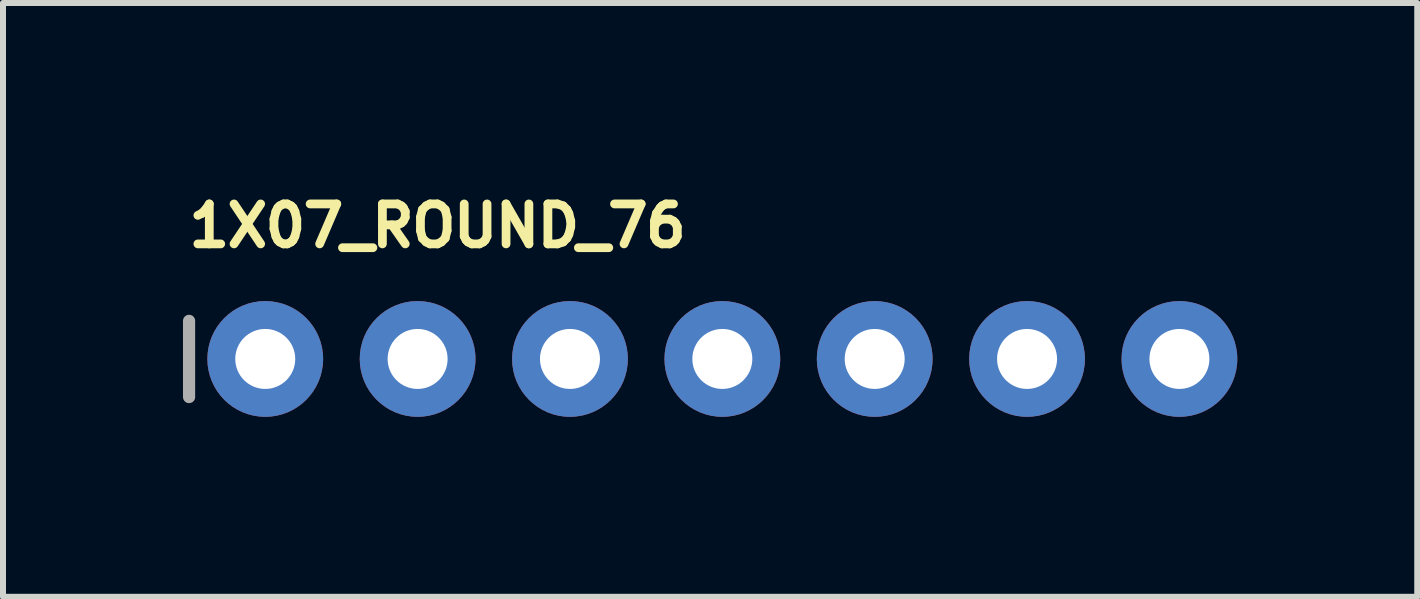
<source format=kicad_pcb>
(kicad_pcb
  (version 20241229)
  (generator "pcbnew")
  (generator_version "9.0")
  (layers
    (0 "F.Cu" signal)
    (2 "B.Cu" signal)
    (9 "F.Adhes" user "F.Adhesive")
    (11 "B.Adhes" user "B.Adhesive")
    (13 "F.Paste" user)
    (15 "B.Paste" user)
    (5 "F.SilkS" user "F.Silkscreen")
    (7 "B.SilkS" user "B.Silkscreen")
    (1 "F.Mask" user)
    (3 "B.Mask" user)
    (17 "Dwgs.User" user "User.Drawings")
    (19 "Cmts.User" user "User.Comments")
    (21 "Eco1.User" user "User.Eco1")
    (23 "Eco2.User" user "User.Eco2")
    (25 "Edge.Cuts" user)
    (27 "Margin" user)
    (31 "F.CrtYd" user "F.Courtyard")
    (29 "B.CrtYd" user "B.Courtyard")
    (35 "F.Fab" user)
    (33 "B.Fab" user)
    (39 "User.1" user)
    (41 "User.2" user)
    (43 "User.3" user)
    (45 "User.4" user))
  (footprint "1X07_ROUND_76"
    (layer "F.Cu")
    (at 8.992 2.934)
    (property "Reference" "1X07_ROUND_76" (at -8.966 -1.829 0) (unlocked yes) (layer "F.SilkS") (effects (font (size 0.666 0.666) (thickness 0.146)) (justify left bottom)))
    (fp_line (start -8.89 -0.635) (end -8.89 0.635) (stroke (width 0.203) (type solid)) (layer "F.Fab"))
    (fp_poly (pts (xy -7.874 0.254) (xy -7.366 0.254) (xy -7.366 -0.254) (xy -7.874 -0.254)) (stroke (width 0.1) (type default)) (fill no) (layer "F.Fab"))
    (fp_poly (pts (xy -5.334 0.254) (xy -4.826 0.254) (xy -4.826 -0.254) (xy -5.334 -0.254)) (stroke (width 0.1) (type default)) (fill no) (layer "F.Fab"))
    (fp_poly (pts (xy -2.794 0.254) (xy -2.286 0.254) (xy -2.286 -0.254) (xy -2.794 -0.254)) (stroke (width 0.1) (type default)) (fill no) (layer "F.Fab"))
    (fp_poly (pts (xy -0.254 0.254) (xy 0.254 0.254) (xy 0.254 -0.254) (xy -0.254 -0.254)) (stroke (width 0.1) (type default)) (fill no) (layer "F.Fab"))
    (fp_poly (pts (xy 2.286 0.254) (xy 2.794 0.254) (xy 2.794 -0.254) (xy 2.286 -0.254)) (stroke (width 0.1) (type default)) (fill no) (layer "F.Fab"))
    (fp_poly (pts (xy 4.826 0.254) (xy 5.334 0.254) (xy 5.334 -0.254) (xy 4.826 -0.254)) (stroke (width 0.1) (type default)) (fill no) (layer "F.Fab"))
    (fp_poly (pts (xy 7.366 0.254) (xy 7.874 0.254) (xy 7.874 -0.254) (xy 7.366 -0.254)) (stroke (width 0.1) (type default)) (fill no) (layer "F.Fab"))
    (pad "1" thru_hole circle (at -7.62 0 90) (size 1.93 1.93) (drill 1) (layers "*.Cu" "*.Mask"))
    (pad "2" thru_hole circle (at -5.08 0 90) (size 1.93 1.93) (drill 1) (layers "*.Cu" "*.Mask"))
    (pad "3" thru_hole circle (at -2.54 0 90) (size 1.93 1.93) (drill 1) (layers "*.Cu" "*.Mask"))
    (pad "4" thru_hole circle (at 0 0 90) (size 1.93 1.93) (drill 1) (layers "*.Cu" "*.Mask"))
    (pad "5" thru_hole circle (at 2.54 0 90) (size 1.93 1.93) (drill 1) (layers "*.Cu" "*.Mask"))
    (pad "6" thru_hole circle (at 5.08 0 90) (size 1.93 1.93) (drill 1) (layers "*.Cu" "*.Mask"))
    (pad "7" thru_hole circle (at 7.62 0 90) (size 1.93 1.93) (drill 1) (layers "*.Cu" "*.Mask")))
  (gr_rect
    (start -3 -3)
    (end 20.577 6.899)
    (stroke (width 0.1) (type default))
    (fill no)
    (layer "Edge.Cuts")))
</source>
